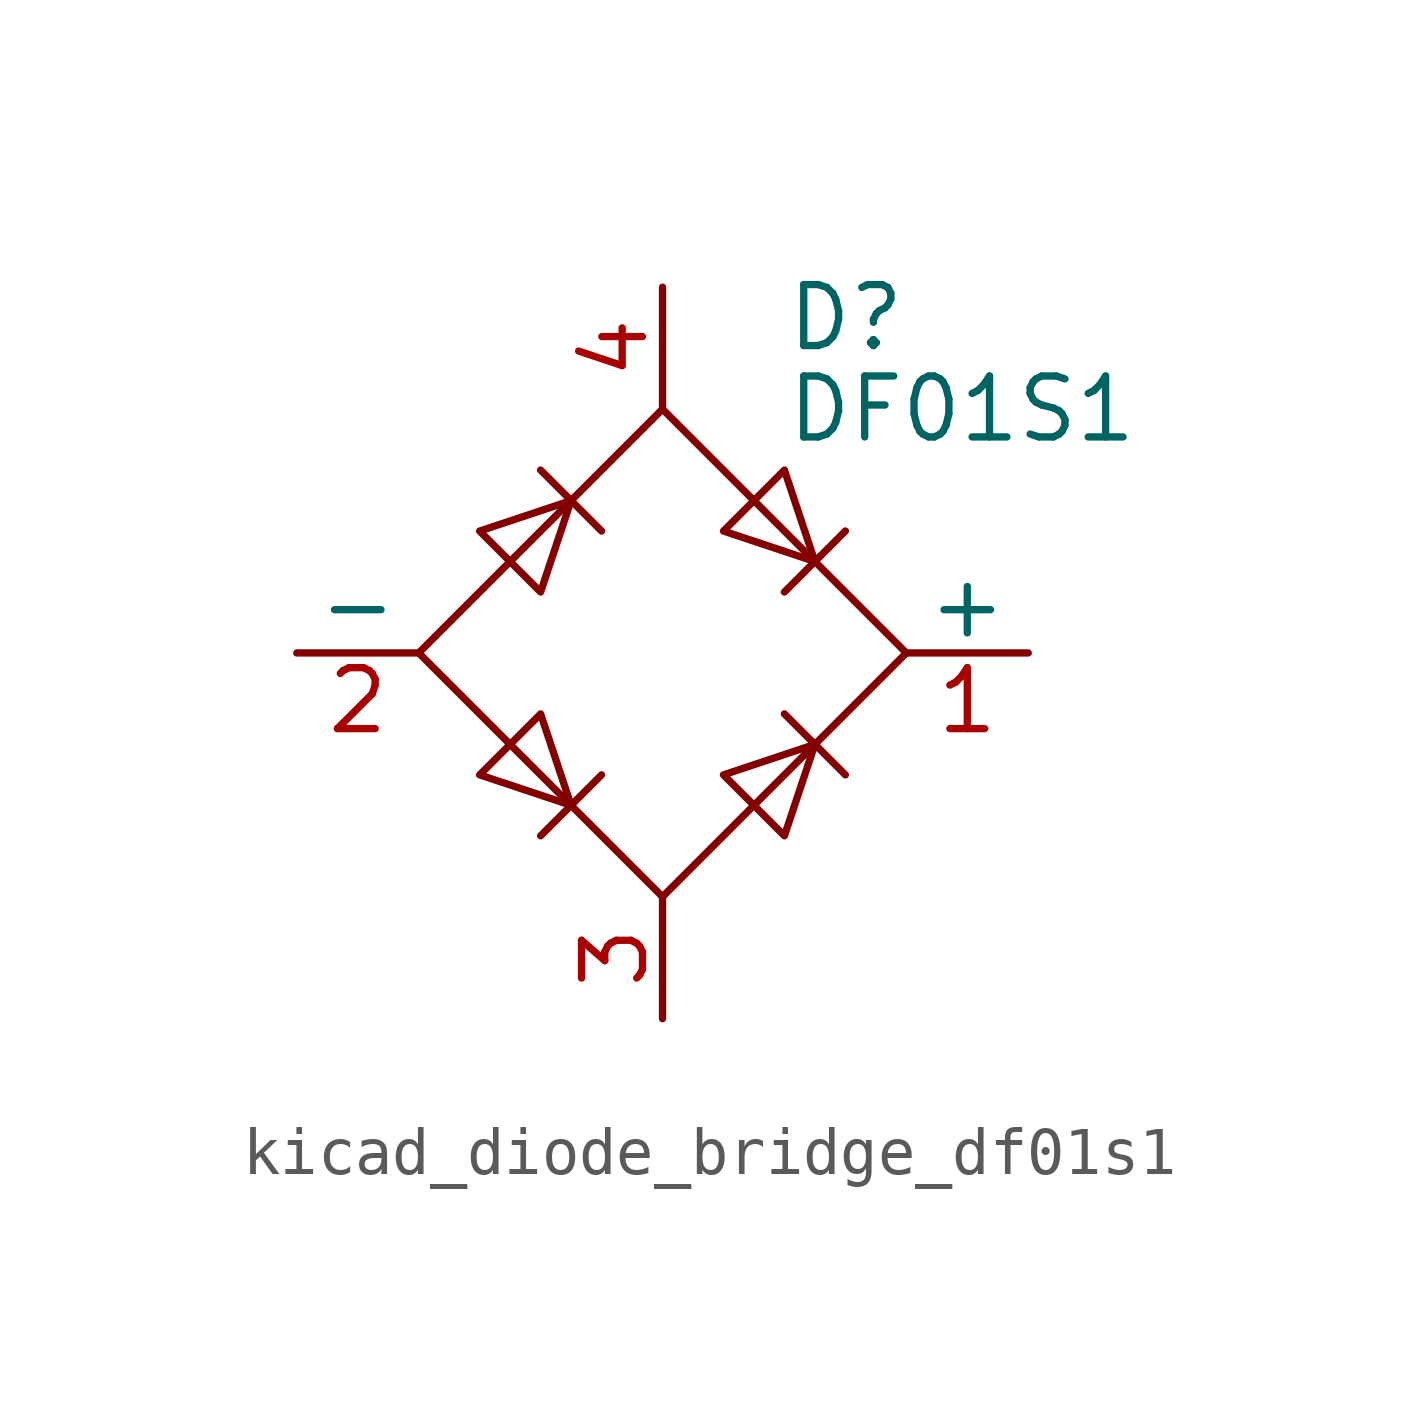
<source format=kicad_sym>
(kicad_symbol_lib
  (version 20220914)
  (generator kicad_symbol_editor)
  (symbol "kicad_diode_bridge_df01s1"
    (pin_names
      (offset 0))
    (property "Reference" "D"
      (at 2.54 6.985 0)
      (effects (font (size 1.27 1.27)) (justify left)))
    (property "Value" "DF01S1"
      (at 2.54 5.08 0)
      (effects (font (size 1.27 1.27)) (justify left)))
    (symbol "kicad_diode_bridge_df01s1_0_1"
      (polyline (pts (xy -2.54 3.81) (xy -1.27 2.54)) (stroke (width 0) (type default)) (fill (type none)))
      (polyline (pts (xy -1.27 -2.54) (xy -2.54 -3.81)) (stroke (width 0) (type default)) (fill (type none)))
      (polyline (pts (xy 2.54 -1.27) (xy 3.81 -2.54)) (stroke (width 0) (type default)) (fill (type none)))
      (polyline (pts (xy 2.54 1.27) (xy 3.81 2.54)) (stroke (width 0) (type default)) (fill (type none)))
      (polyline (pts (xy -3.81 2.54) (xy -2.54 1.27) (xy -1.905 3.175) (xy -3.81 2.54)) (stroke (width 0) (type default)) (fill (type none)))
      (polyline (pts (xy -2.54 -1.27) (xy -3.81 -2.54) (xy -1.905 -3.175) (xy -2.54 -1.27)) (stroke (width 0) (type default)) (fill (type none)))
      (polyline (pts (xy 1.27 2.54) (xy 2.54 3.81) (xy 3.175 1.905) (xy 1.27 2.54)) (stroke (width 0) (type default)) (fill (type none)))
      (polyline (pts (xy 3.175 -1.905) (xy 1.27 -2.54) (xy 2.54 -3.81) (xy 3.175 -1.905)) (stroke (width 0) (type default)) (fill (type none)))
      (polyline (pts (xy -5.08 0) (xy 0 -5.08) (xy 5.08 0) (xy 0 5.08) (xy -5.08 0)) (stroke (width 0) (type default)) (fill (type none))))
    (symbol "kicad_diode_bridge_df01s1_1_1"
      (pin passive line (at 7.62 0 180) (length 2.54) (name "+" (effects (font (size 1.27 1.27)))) (number "1" (effects (font (size 1.27 1.27)))))
      (pin passive line (at -7.62 0 0) (length 2.54) (name "-" (effects (font (size 1.27 1.27)))) (number "2" (effects (font (size 1.27 1.27)))))
      (pin passive line (at 0 -7.62 90) (length 2.54) (name "~" (effects (font (size 1.27 1.27)))) (number "3" (effects (font (size 1.27 1.27)))))
      (pin passive line (at 0 7.62 270) (length 2.54) (name "~" (effects (font (size 1.27 1.27)))) (number "4" (effects (font (size 1.27 1.27))))))))
</source>
